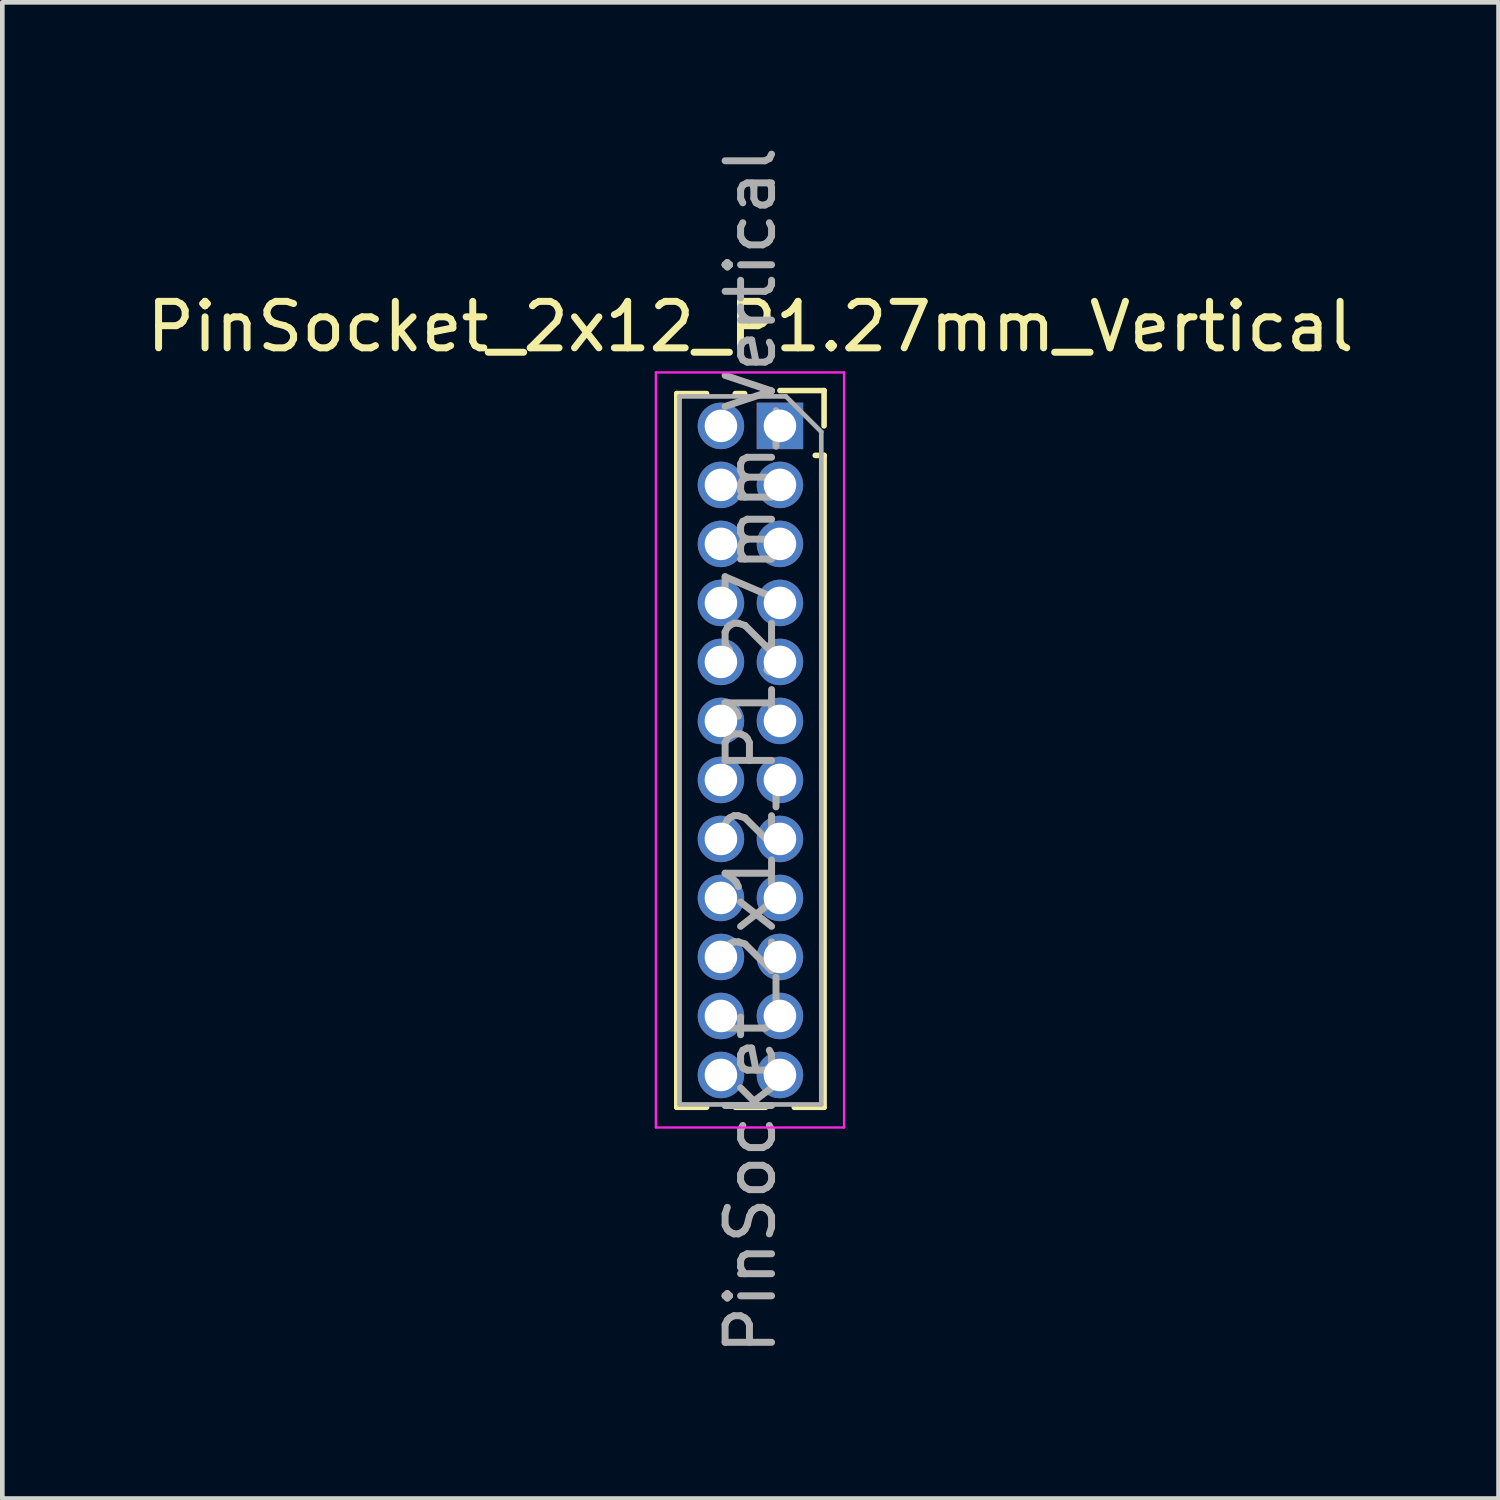
<source format=kicad_pcb>
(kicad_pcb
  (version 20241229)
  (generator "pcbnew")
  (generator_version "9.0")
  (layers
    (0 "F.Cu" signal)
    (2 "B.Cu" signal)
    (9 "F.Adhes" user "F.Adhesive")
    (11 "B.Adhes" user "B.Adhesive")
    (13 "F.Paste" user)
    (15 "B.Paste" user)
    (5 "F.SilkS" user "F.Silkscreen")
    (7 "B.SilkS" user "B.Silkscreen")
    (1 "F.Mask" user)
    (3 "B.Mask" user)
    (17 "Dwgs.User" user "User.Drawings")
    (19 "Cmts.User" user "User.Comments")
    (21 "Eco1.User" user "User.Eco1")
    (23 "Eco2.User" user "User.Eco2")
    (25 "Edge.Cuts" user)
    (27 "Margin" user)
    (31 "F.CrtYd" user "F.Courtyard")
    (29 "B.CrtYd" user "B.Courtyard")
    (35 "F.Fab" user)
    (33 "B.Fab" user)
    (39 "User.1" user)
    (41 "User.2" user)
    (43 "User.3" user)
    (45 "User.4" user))
  (footprint "PinSocket_2x12_P1.27mm_Vertical"
    (layer "F.Cu")
    (at 13.736 6.116)
    (property "Reference" "PinSocket_2x12_P1.27mm_Vertical" (at -0.635 -2.135 0) (layer "F.SilkS") (effects (font (size 1 1) (thickness 0.15))))
    (attr through_hole)
    (fp_line (start -2.22 -0.695) (end -2.22 14.665) (stroke (width 0.12) (type solid)) (layer "F.SilkS"))
    (fp_line (start -2.22 -0.695) (end -1.578 -0.695) (stroke (width 0.12) (type solid)) (layer "F.SilkS"))
    (fp_line (start -2.22 14.665) (end -1.578 14.665) (stroke (width 0.12) (type solid)) (layer "F.SilkS"))
    (fp_line (start -0.962 -0.695) (end -0.76 -0.695) (stroke (width 0.12) (type solid)) (layer "F.SilkS"))
    (fp_line (start -0.962 14.665) (end -0.308 14.665) (stroke (width 0.12) (type solid)) (layer "F.SilkS"))
    (fp_line (start 0 -0.76) (end 0.95 -0.76) (stroke (width 0.12) (type solid)) (layer "F.SilkS"))
    (fp_line (start 0.308 14.665) (end 0.95 14.665) (stroke (width 0.12) (type solid)) (layer "F.SilkS"))
    (fp_line (start 0.76 0.635) (end 0.95 0.635) (stroke (width 0.12) (type solid)) (layer "F.SilkS"))
    (fp_line (start 0.95 -0.76) (end 0.95 0) (stroke (width 0.12) (type solid)) (layer "F.SilkS"))
    (fp_line (start 0.95 0.635) (end 0.95 14.665) (stroke (width 0.12) (type solid)) (layer "F.SilkS"))
    (fp_line (start -2.67 -1.15) (end 1.38 -1.15) (stroke (width 0.05) (type solid)) (layer "F.CrtYd"))
    (fp_line (start -2.67 15.1) (end -2.67 -1.15) (stroke (width 0.05) (type solid)) (layer "F.CrtYd"))
    (fp_line (start 1.38 -1.15) (end 1.38 15.1) (stroke (width 0.05) (type solid)) (layer "F.CrtYd"))
    (fp_line (start 1.38 15.1) (end -2.67 15.1) (stroke (width 0.05) (type solid)) (layer "F.CrtYd"))
    (fp_line (start -2.16 -0.635) (end 0.128 -0.635) (stroke (width 0.1) (type solid)) (layer "F.Fab"))
    (fp_line (start -2.16 14.605) (end -2.16 -0.635) (stroke (width 0.1) (type solid)) (layer "F.Fab"))
    (fp_line (start 0.128 -0.635) (end 0.89 0.128) (stroke (width 0.1) (type solid)) (layer "F.Fab"))
    (fp_line (start 0.89 0.128) (end 0.89 14.605) (stroke (width 0.1) (type solid)) (layer "F.Fab"))
    (fp_line (start 0.89 14.605) (end -2.16 14.605) (stroke (width 0.1) (type solid)) (layer "F.Fab"))
    (fp_text user "${REFERENCE}" (at -0.635 6.985 90) (layer "F.Fab") (effects (font (size 1 1) (thickness 0.15))))
    (pad "1" thru_hole rect (at 0 0) (size 1 1) (drill 0.7) (layers "*.Cu" "*.Mask"))
    (pad "2" thru_hole oval (at -1.27 0) (size 1 1) (drill 0.7) (layers "*.Cu" "*.Mask"))
    (pad "3" thru_hole oval (at 0 1.27) (size 1 1) (drill 0.7) (layers "*.Cu" "*.Mask"))
    (pad "4" thru_hole oval (at -1.27 1.27) (size 1 1) (drill 0.7) (layers "*.Cu" "*.Mask"))
    (pad "5" thru_hole oval (at 0 2.54) (size 1 1) (drill 0.7) (layers "*.Cu" "*.Mask"))
    (pad "6" thru_hole oval (at -1.27 2.54) (size 1 1) (drill 0.7) (layers "*.Cu" "*.Mask"))
    (pad "7" thru_hole oval (at 0 3.81) (size 1 1) (drill 0.7) (layers "*.Cu" "*.Mask"))
    (pad "8" thru_hole oval (at -1.27 3.81) (size 1 1) (drill 0.7) (layers "*.Cu" "*.Mask"))
    (pad "9" thru_hole oval (at 0 5.08) (size 1 1) (drill 0.7) (layers "*.Cu" "*.Mask"))
    (pad "10" thru_hole oval (at -1.27 5.08) (size 1 1) (drill 0.7) (layers "*.Cu" "*.Mask"))
    (pad "11" thru_hole oval (at 0 6.35) (size 1 1) (drill 0.7) (layers "*.Cu" "*.Mask"))
    (pad "12" thru_hole oval (at -1.27 6.35) (size 1 1) (drill 0.7) (layers "*.Cu" "*.Mask"))
    (pad "13" thru_hole oval (at 0 7.62) (size 1 1) (drill 0.7) (layers "*.Cu" "*.Mask"))
    (pad "14" thru_hole oval (at -1.27 7.62) (size 1 1) (drill 0.7) (layers "*.Cu" "*.Mask"))
    (pad "15" thru_hole oval (at 0 8.89) (size 1 1) (drill 0.7) (layers "*.Cu" "*.Mask"))
    (pad "16" thru_hole oval (at -1.27 8.89) (size 1 1) (drill 0.7) (layers "*.Cu" "*.Mask"))
    (pad "17" thru_hole oval (at 0 10.16) (size 1 1) (drill 0.7) (layers "*.Cu" "*.Mask"))
    (pad "18" thru_hole oval (at -1.27 10.16) (size 1 1) (drill 0.7) (layers "*.Cu" "*.Mask"))
    (pad "19" thru_hole oval (at 0 11.43) (size 1 1) (drill 0.7) (layers "*.Cu" "*.Mask"))
    (pad "20" thru_hole oval (at -1.27 11.43) (size 1 1) (drill 0.7) (layers "*.Cu" "*.Mask"))
    (pad "21" thru_hole oval (at 0 12.7) (size 1 1) (drill 0.7) (layers "*.Cu" "*.Mask"))
    (pad "22" thru_hole oval (at -1.27 12.7) (size 1 1) (drill 0.7) (layers "*.Cu" "*.Mask"))
    (pad "23" thru_hole oval (at 0 13.97) (size 1 1) (drill 0.7) (layers "*.Cu" "*.Mask"))
    (pad "24" thru_hole oval (at -1.27 13.97) (size 1 1) (drill 0.7) (layers "*.Cu" "*.Mask")))
  (gr_rect
    (start -3 -3)
    (end 29.202 29.202)
    (stroke (width 0.1) (type default))
    (fill no)
    (layer "Edge.Cuts")))
</source>
